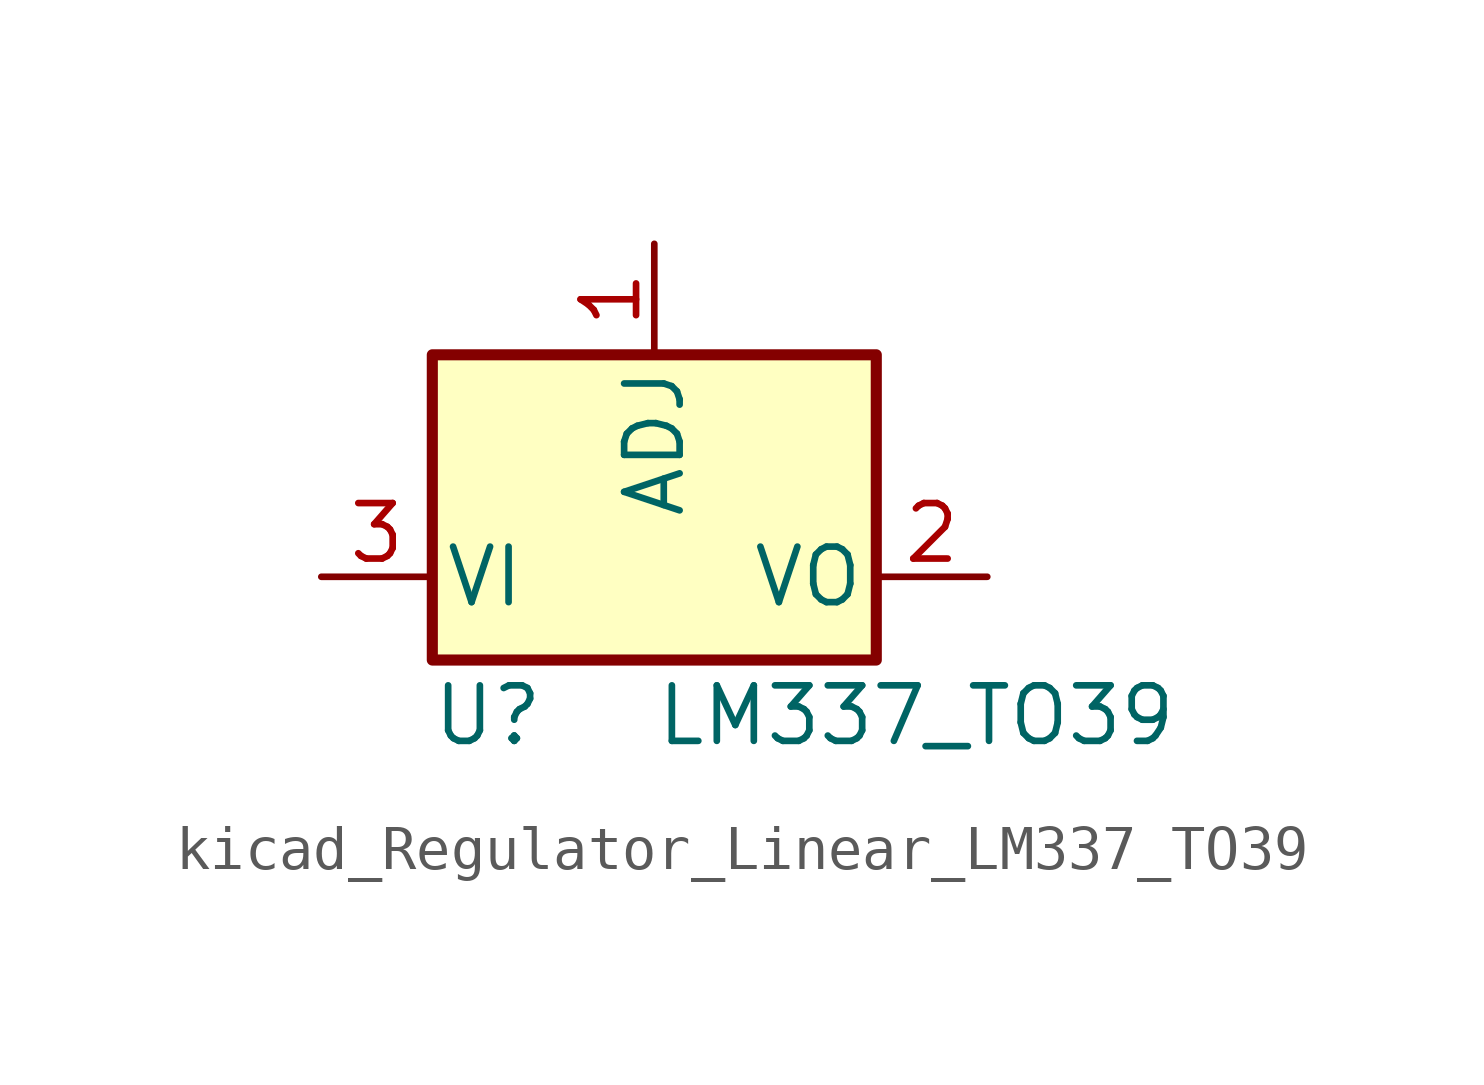
<source format=kicad_sym>
(kicad_symbol_lib
  (version 20220914)
  (generator kicad_symbol_editor)
  (symbol "kicad_Regulator_Linear_LM337_TO39"
    (pin_names
      (offset 0.254))
    (property "Reference" "U"
      (at -3.81 -3.175 0)
      (effects (font (size 1.27 1.27))))
    (property "Value" "LM337_TO39"
      (at 0 -3.175 0)
      (effects (font (size 1.27 1.27)) (justify left)))
    (symbol "kicad_Regulator_Linear_LM337_TO39_0_1"
      (rectangle (start -5.08 5.08) (end 5.08 -1.905) (stroke (width 0.254) (type default)) (fill (type background))))
    (symbol "kicad_Regulator_Linear_LM337_TO39_1_1"
      (pin input line (at 0 7.62 270) (length 2.54) (name "ADJ" (effects (font (size 1.27 1.27)))) (number "1" (effects (font (size 1.27 1.27)))))
      (pin power_out line (at 7.62 0 180) (length 2.54) (name "VO" (effects (font (size 1.27 1.27)))) (number "2" (effects (font (size 1.27 1.27)))))
      (pin power_in line (at -7.62 0 0) (length 2.54) (name "VI" (effects (font (size 1.27 1.27)))) (number "3" (effects (font (size 1.27 1.27))))))))
</source>
